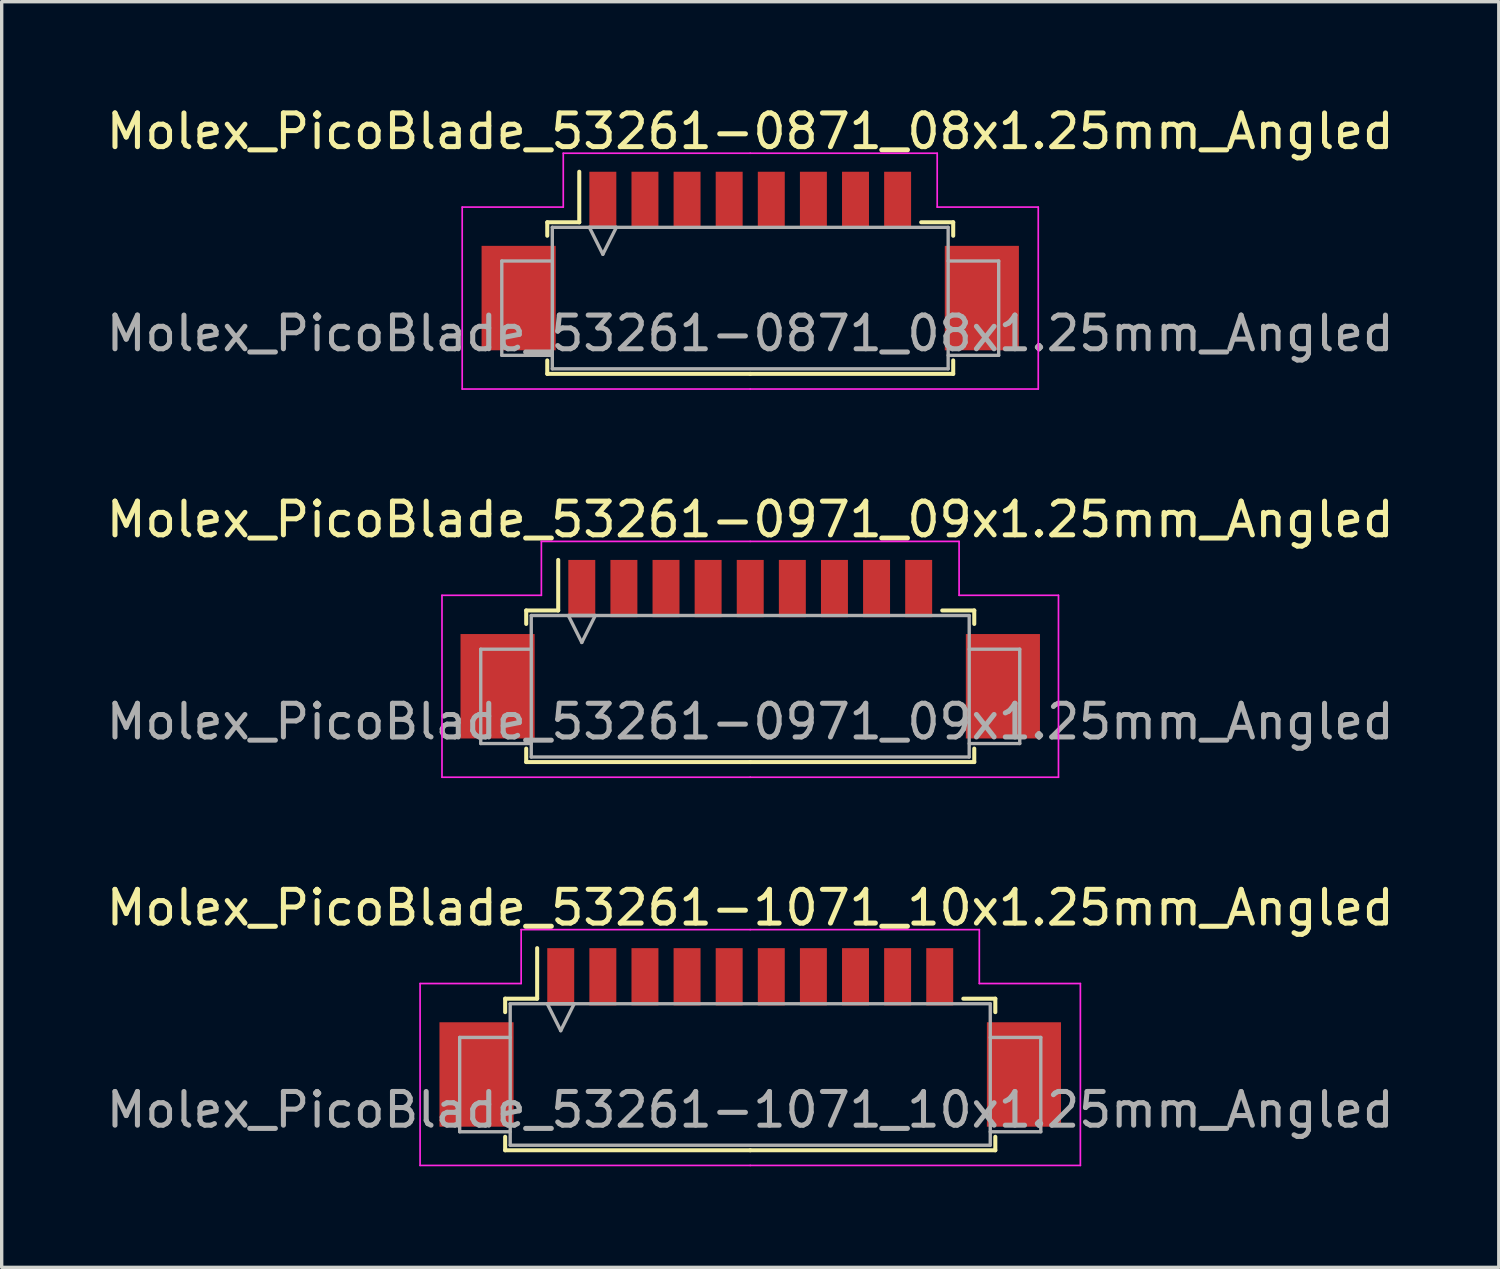
<source format=kicad_pcb>
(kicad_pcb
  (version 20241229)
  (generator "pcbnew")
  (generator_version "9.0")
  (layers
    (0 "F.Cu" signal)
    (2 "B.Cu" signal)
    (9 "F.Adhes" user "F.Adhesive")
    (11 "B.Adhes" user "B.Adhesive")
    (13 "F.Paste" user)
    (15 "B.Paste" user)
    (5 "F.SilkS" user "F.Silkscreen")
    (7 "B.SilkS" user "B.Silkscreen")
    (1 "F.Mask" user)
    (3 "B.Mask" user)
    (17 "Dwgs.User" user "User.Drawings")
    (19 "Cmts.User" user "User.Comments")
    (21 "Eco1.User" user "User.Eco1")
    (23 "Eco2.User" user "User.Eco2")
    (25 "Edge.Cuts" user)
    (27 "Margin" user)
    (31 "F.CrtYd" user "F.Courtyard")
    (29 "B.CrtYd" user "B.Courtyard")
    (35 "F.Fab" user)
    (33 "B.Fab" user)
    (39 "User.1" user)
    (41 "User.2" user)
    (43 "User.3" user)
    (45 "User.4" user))
  (footprint "Molex_PicoBlade_53261-1071_10x1.25mm_Angled"
    (layer "F.Cu")
    (at 19.22 27.395)
    (property "Reference" "Molex_PicoBlade_53261-1071_10x1.25mm_Angled" (at 0 -3.5 0) (layer "F.SilkS") (effects (font (size 1 1) (thickness 0.15))))
    (attr smd)
    (fp_line (start -7.275 -0.8) (end -7.275 -0.4) (stroke (width 0.12) (type solid)) (layer "F.SilkS"))
    (fp_line (start -7.275 3.3) (end -7.275 3.7) (stroke (width 0.12) (type solid)) (layer "F.SilkS"))
    (fp_line (start -7.275 3.7) (end 0 3.7) (stroke (width 0.12) (type solid)) (layer "F.SilkS"))
    (fp_line (start -6.325 -0.8) (end -7.275 -0.8) (stroke (width 0.12) (type solid)) (layer "F.SilkS"))
    (fp_line (start -6.325 -0.8) (end -6.325 -2.3) (stroke (width 0.12) (type solid)) (layer "F.SilkS"))
    (fp_line (start 6.325 -0.8) (end 7.275 -0.8) (stroke (width 0.12) (type solid)) (layer "F.SilkS"))
    (fp_line (start 7.275 -0.8) (end 7.275 -0.4) (stroke (width 0.12) (type solid)) (layer "F.SilkS"))
    (fp_line (start 7.275 3.3) (end 7.275 3.7) (stroke (width 0.12) (type solid)) (layer "F.SilkS"))
    (fp_line (start 7.275 3.7) (end 0 3.7) (stroke (width 0.12) (type solid)) (layer "F.SilkS"))
    (fp_line (start -9.8 -1.25) (end -9.8 4.15) (stroke (width 0.05) (type solid)) (layer "F.CrtYd"))
    (fp_line (start -9.8 4.15) (end 0 4.15) (stroke (width 0.05) (type solid)) (layer "F.CrtYd"))
    (fp_line (start -6.8 -2.85) (end -6.8 -1.25) (stroke (width 0.05) (type solid)) (layer "F.CrtYd"))
    (fp_line (start -6.8 -1.25) (end -9.8 -1.25) (stroke (width 0.05) (type solid)) (layer "F.CrtYd"))
    (fp_line (start 0 -2.85) (end -6.8 -2.85) (stroke (width 0.05) (type solid)) (layer "F.CrtYd"))
    (fp_line (start 0 -2.85) (end 6.8 -2.85) (stroke (width 0.05) (type solid)) (layer "F.CrtYd"))
    (fp_line (start 6.8 -2.85) (end 6.8 -1.25) (stroke (width 0.05) (type solid)) (layer "F.CrtYd"))
    (fp_line (start 6.8 -1.25) (end 9.8 -1.25) (stroke (width 0.05) (type solid)) (layer "F.CrtYd"))
    (fp_line (start 9.8 -1.25) (end 9.8 4.15) (stroke (width 0.05) (type solid)) (layer "F.CrtYd"))
    (fp_line (start 9.8 4.15) (end 0 4.15) (stroke (width 0.05) (type solid)) (layer "F.CrtYd"))
    (fp_line (start -8.625 0.35) (end -8.625 3.15) (stroke (width 0.1) (type solid)) (layer "F.Fab"))
    (fp_line (start -8.625 3.15) (end -7.125 3.15) (stroke (width 0.1) (type solid)) (layer "F.Fab"))
    (fp_line (start -7.125 -0.65) (end 7.125 -0.65) (stroke (width 0.1) (type solid)) (layer "F.Fab"))
    (fp_line (start -7.125 0.35) (end -8.625 0.35) (stroke (width 0.1) (type solid)) (layer "F.Fab"))
    (fp_line (start -7.125 3.55) (end -7.125 -0.65) (stroke (width 0.1) (type solid)) (layer "F.Fab"))
    (fp_line (start -6.025 -0.65) (end -5.625 0.15) (stroke (width 0.1) (type solid)) (layer "F.Fab"))
    (fp_line (start -5.625 0.15) (end -5.225 -0.65) (stroke (width 0.1) (type solid)) (layer "F.Fab"))
    (fp_line (start -5.225 -0.65) (end -6.025 -0.65) (stroke (width 0.1) (type solid)) (layer "F.Fab"))
    (fp_line (start 7.125 -0.65) (end 7.125 3.55) (stroke (width 0.1) (type solid)) (layer "F.Fab"))
    (fp_line (start 7.125 0.35) (end 8.625 0.35) (stroke (width 0.1) (type solid)) (layer "F.Fab"))
    (fp_line (start 7.125 3.55) (end -7.125 3.55) (stroke (width 0.1) (type solid)) (layer "F.Fab"))
    (fp_line (start 8.625 0.35) (end 8.625 3.15) (stroke (width 0.1) (type solid)) (layer "F.Fab"))
    (fp_line (start 8.625 3.15) (end 7.125 3.15) (stroke (width 0.1) (type solid)) (layer "F.Fab"))
    (fp_text user "${REFERENCE}" (at 0 2.5 0) (layer "F.Fab") (effects (font (size 1 1) (thickness 0.15))))
    (pad "" smd rect (at -8.125 1.45) (size 2.2 3.1) (layers "F.Cu" "F.Mask" "F.Paste"))
    (pad "" smd rect (at 8.125 1.45) (size 2.2 3.1) (layers "F.Cu" "F.Mask" "F.Paste"))
    (pad "1" smd rect (at -5.625 -1.45) (size 0.8 1.7) (layers "F.Cu" "F.Mask" "F.Paste"))
    (pad "2" smd rect (at -4.375 -1.45) (size 0.8 1.7) (layers "F.Cu" "F.Mask" "F.Paste"))
    (pad "3" smd rect (at -3.125 -1.45) (size 0.8 1.7) (layers "F.Cu" "F.Mask" "F.Paste"))
    (pad "4" smd rect (at -1.875 -1.45) (size 0.8 1.7) (layers "F.Cu" "F.Mask" "F.Paste"))
    (pad "5" smd rect (at -0.625 -1.45) (size 0.8 1.7) (layers "F.Cu" "F.Mask" "F.Paste"))
    (pad "6" smd rect (at 0.625 -1.45) (size 0.8 1.7) (layers "F.Cu" "F.Mask" "F.Paste"))
    (pad "7" smd rect (at 1.875 -1.45) (size 0.8 1.7) (layers "F.Cu" "F.Mask" "F.Paste"))
    (pad "8" smd rect (at 3.125 -1.45) (size 0.8 1.7) (layers "F.Cu" "F.Mask" "F.Paste"))
    (pad "9" smd rect (at 4.375 -1.45) (size 0.8 1.7) (layers "F.Cu" "F.Mask" "F.Paste"))
    (pad "10" smd rect (at 5.625 -1.45) (size 0.8 1.7) (layers "F.Cu" "F.Mask" "F.Paste")))
  (footprint "Molex_PicoBlade_53261-0871_08x1.25mm_Angled"
    (layer "F.Cu")
    (at 19.22 4.348)
    (property "Reference" "Molex_PicoBlade_53261-0871_08x1.25mm_Angled" (at 0 -3.5 0) (layer "F.SilkS") (effects (font (size 1 1) (thickness 0.15))))
    (attr smd)
    (fp_line (start -6.025 -0.8) (end -6.025 -0.4) (stroke (width 0.12) (type solid)) (layer "F.SilkS"))
    (fp_line (start -6.025 3.3) (end -6.025 3.7) (stroke (width 0.12) (type solid)) (layer "F.SilkS"))
    (fp_line (start -6.025 3.7) (end 0 3.7) (stroke (width 0.12) (type solid)) (layer "F.SilkS"))
    (fp_line (start -5.075 -0.8) (end -6.025 -0.8) (stroke (width 0.12) (type solid)) (layer "F.SilkS"))
    (fp_line (start -5.075 -0.8) (end -5.075 -2.3) (stroke (width 0.12) (type solid)) (layer "F.SilkS"))
    (fp_line (start 5.075 -0.8) (end 6.025 -0.8) (stroke (width 0.12) (type solid)) (layer "F.SilkS"))
    (fp_line (start 6.025 -0.8) (end 6.025 -0.4) (stroke (width 0.12) (type solid)) (layer "F.SilkS"))
    (fp_line (start 6.025 3.3) (end 6.025 3.7) (stroke (width 0.12) (type solid)) (layer "F.SilkS"))
    (fp_line (start 6.025 3.7) (end 0 3.7) (stroke (width 0.12) (type solid)) (layer "F.SilkS"))
    (fp_line (start -8.55 -1.25) (end -8.55 4.15) (stroke (width 0.05) (type solid)) (layer "F.CrtYd"))
    (fp_line (start -8.55 4.15) (end 0 4.15) (stroke (width 0.05) (type solid)) (layer "F.CrtYd"))
    (fp_line (start -5.55 -2.85) (end -5.55 -1.25) (stroke (width 0.05) (type solid)) (layer "F.CrtYd"))
    (fp_line (start -5.55 -1.25) (end -8.55 -1.25) (stroke (width 0.05) (type solid)) (layer "F.CrtYd"))
    (fp_line (start 0 -2.85) (end -5.55 -2.85) (stroke (width 0.05) (type solid)) (layer "F.CrtYd"))
    (fp_line (start 0 -2.85) (end 5.55 -2.85) (stroke (width 0.05) (type solid)) (layer "F.CrtYd"))
    (fp_line (start 5.55 -2.85) (end 5.55 -1.25) (stroke (width 0.05) (type solid)) (layer "F.CrtYd"))
    (fp_line (start 5.55 -1.25) (end 8.55 -1.25) (stroke (width 0.05) (type solid)) (layer "F.CrtYd"))
    (fp_line (start 8.55 -1.25) (end 8.55 4.15) (stroke (width 0.05) (type solid)) (layer "F.CrtYd"))
    (fp_line (start 8.55 4.15) (end 0 4.15) (stroke (width 0.05) (type solid)) (layer "F.CrtYd"))
    (fp_line (start -7.375 0.35) (end -7.375 3.15) (stroke (width 0.1) (type solid)) (layer "F.Fab"))
    (fp_line (start -7.375 3.15) (end -5.875 3.15) (stroke (width 0.1) (type solid)) (layer "F.Fab"))
    (fp_line (start -5.875 -0.65) (end 5.875 -0.65) (stroke (width 0.1) (type solid)) (layer "F.Fab"))
    (fp_line (start -5.875 0.35) (end -7.375 0.35) (stroke (width 0.1) (type solid)) (layer "F.Fab"))
    (fp_line (start -5.875 3.55) (end -5.875 -0.65) (stroke (width 0.1) (type solid)) (layer "F.Fab"))
    (fp_line (start -4.775 -0.65) (end -4.375 0.15) (stroke (width 0.1) (type solid)) (layer "F.Fab"))
    (fp_line (start -4.375 0.15) (end -3.975 -0.65) (stroke (width 0.1) (type solid)) (layer "F.Fab"))
    (fp_line (start -3.975 -0.65) (end -4.775 -0.65) (stroke (width 0.1) (type solid)) (layer "F.Fab"))
    (fp_line (start 5.875 -0.65) (end 5.875 3.55) (stroke (width 0.1) (type solid)) (layer "F.Fab"))
    (fp_line (start 5.875 0.35) (end 7.375 0.35) (stroke (width 0.1) (type solid)) (layer "F.Fab"))
    (fp_line (start 5.875 3.55) (end -5.875 3.55) (stroke (width 0.1) (type solid)) (layer "F.Fab"))
    (fp_line (start 7.375 0.35) (end 7.375 3.15) (stroke (width 0.1) (type solid)) (layer "F.Fab"))
    (fp_line (start 7.375 3.15) (end 5.875 3.15) (stroke (width 0.1) (type solid)) (layer "F.Fab"))
    (fp_text user "${REFERENCE}" (at 0 2.5 0) (layer "F.Fab") (effects (font (size 1 1) (thickness 0.15))))
    (pad "" smd rect (at -6.875 1.45) (size 2.2 3.1) (layers "F.Cu" "F.Mask" "F.Paste"))
    (pad "" smd rect (at 6.875 1.45) (size 2.2 3.1) (layers "F.Cu" "F.Mask" "F.Paste"))
    (pad "1" smd rect (at -4.375 -1.45) (size 0.8 1.7) (layers "F.Cu" "F.Mask" "F.Paste"))
    (pad "2" smd rect (at -3.125 -1.45) (size 0.8 1.7) (layers "F.Cu" "F.Mask" "F.Paste"))
    (pad "3" smd rect (at -1.875 -1.45) (size 0.8 1.7) (layers "F.Cu" "F.Mask" "F.Paste"))
    (pad "4" smd rect (at -0.625 -1.45) (size 0.8 1.7) (layers "F.Cu" "F.Mask" "F.Paste"))
    (pad "5" smd rect (at 0.625 -1.45) (size 0.8 1.7) (layers "F.Cu" "F.Mask" "F.Paste"))
    (pad "6" smd rect (at 1.875 -1.45) (size 0.8 1.7) (layers "F.Cu" "F.Mask" "F.Paste"))
    (pad "7" smd rect (at 3.125 -1.45) (size 0.8 1.7) (layers "F.Cu" "F.Mask" "F.Paste"))
    (pad "8" smd rect (at 4.375 -1.45) (size 0.8 1.7) (layers "F.Cu" "F.Mask" "F.Paste")))
  (footprint "Molex_PicoBlade_53261-0971_09x1.25mm_Angled"
    (layer "F.Cu")
    (at 19.22 15.871)
    (property "Reference" "Molex_PicoBlade_53261-0971_09x1.25mm_Angled" (at 0 -3.5 0) (layer "F.SilkS") (effects (font (size 1 1) (thickness 0.15))))
    (attr smd)
    (fp_line (start -6.65 -0.8) (end -6.65 -0.4) (stroke (width 0.12) (type solid)) (layer "F.SilkS"))
    (fp_line (start -6.65 3.3) (end -6.65 3.7) (stroke (width 0.12) (type solid)) (layer "F.SilkS"))
    (fp_line (start -6.65 3.7) (end 0 3.7) (stroke (width 0.12) (type solid)) (layer "F.SilkS"))
    (fp_line (start -5.7 -0.8) (end -6.65 -0.8) (stroke (width 0.12) (type solid)) (layer "F.SilkS"))
    (fp_line (start -5.7 -0.8) (end -5.7 -2.3) (stroke (width 0.12) (type solid)) (layer "F.SilkS"))
    (fp_line (start 5.7 -0.8) (end 6.65 -0.8) (stroke (width 0.12) (type solid)) (layer "F.SilkS"))
    (fp_line (start 6.65 -0.8) (end 6.65 -0.4) (stroke (width 0.12) (type solid)) (layer "F.SilkS"))
    (fp_line (start 6.65 3.3) (end 6.65 3.7) (stroke (width 0.12) (type solid)) (layer "F.SilkS"))
    (fp_line (start 6.65 3.7) (end 0 3.7) (stroke (width 0.12) (type solid)) (layer "F.SilkS"))
    (fp_line (start -9.15 -1.25) (end -9.15 4.15) (stroke (width 0.05) (type solid)) (layer "F.CrtYd"))
    (fp_line (start -9.15 4.15) (end 0 4.15) (stroke (width 0.05) (type solid)) (layer "F.CrtYd"))
    (fp_line (start -6.2 -2.85) (end -6.2 -1.25) (stroke (width 0.05) (type solid)) (layer "F.CrtYd"))
    (fp_line (start -6.2 -1.25) (end -9.15 -1.25) (stroke (width 0.05) (type solid)) (layer "F.CrtYd"))
    (fp_line (start 0 -2.85) (end -6.2 -2.85) (stroke (width 0.05) (type solid)) (layer "F.CrtYd"))
    (fp_line (start 0 -2.85) (end 6.2 -2.85) (stroke (width 0.05) (type solid)) (layer "F.CrtYd"))
    (fp_line (start 6.2 -2.85) (end 6.2 -1.25) (stroke (width 0.05) (type solid)) (layer "F.CrtYd"))
    (fp_line (start 6.2 -1.25) (end 9.15 -1.25) (stroke (width 0.05) (type solid)) (layer "F.CrtYd"))
    (fp_line (start 9.15 -1.25) (end 9.15 4.15) (stroke (width 0.05) (type solid)) (layer "F.CrtYd"))
    (fp_line (start 9.15 4.15) (end 0 4.15) (stroke (width 0.05) (type solid)) (layer "F.CrtYd"))
    (fp_line (start -8 0.35) (end -8 3.15) (stroke (width 0.1) (type solid)) (layer "F.Fab"))
    (fp_line (start -8 3.15) (end -6.5 3.15) (stroke (width 0.1) (type solid)) (layer "F.Fab"))
    (fp_line (start -6.5 -0.65) (end 6.5 -0.65) (stroke (width 0.1) (type solid)) (layer "F.Fab"))
    (fp_line (start -6.5 0.35) (end -8 0.35) (stroke (width 0.1) (type solid)) (layer "F.Fab"))
    (fp_line (start -6.5 3.55) (end -6.5 -0.65) (stroke (width 0.1) (type solid)) (layer "F.Fab"))
    (fp_line (start -5.4 -0.65) (end -5 0.15) (stroke (width 0.1) (type solid)) (layer "F.Fab"))
    (fp_line (start -5 0.15) (end -4.6 -0.65) (stroke (width 0.1) (type solid)) (layer "F.Fab"))
    (fp_line (start -4.6 -0.65) (end -5.4 -0.65) (stroke (width 0.1) (type solid)) (layer "F.Fab"))
    (fp_line (start 6.5 -0.65) (end 6.5 3.55) (stroke (width 0.1) (type solid)) (layer "F.Fab"))
    (fp_line (start 6.5 0.35) (end 8 0.35) (stroke (width 0.1) (type solid)) (layer "F.Fab"))
    (fp_line (start 6.5 3.55) (end -6.5 3.55) (stroke (width 0.1) (type solid)) (layer "F.Fab"))
    (fp_line (start 8 0.35) (end 8 3.15) (stroke (width 0.1) (type solid)) (layer "F.Fab"))
    (fp_line (start 8 3.15) (end 6.5 3.15) (stroke (width 0.1) (type solid)) (layer "F.Fab"))
    (fp_text user "${REFERENCE}" (at 0 2.5 0) (layer "F.Fab") (effects (font (size 1 1) (thickness 0.15))))
    (pad "" smd rect (at -7.5 1.45) (size 2.2 3.1) (layers "F.Cu" "F.Mask" "F.Paste"))
    (pad "" smd rect (at 7.5 1.45) (size 2.2 3.1) (layers "F.Cu" "F.Mask" "F.Paste"))
    (pad "1" smd rect (at -5 -1.45) (size 0.8 1.7) (layers "F.Cu" "F.Mask" "F.Paste"))
    (pad "2" smd rect (at -3.75 -1.45) (size 0.8 1.7) (layers "F.Cu" "F.Mask" "F.Paste"))
    (pad "3" smd rect (at -2.5 -1.45) (size 0.8 1.7) (layers "F.Cu" "F.Mask" "F.Paste"))
    (pad "4" smd rect (at -1.25 -1.45) (size 0.8 1.7) (layers "F.Cu" "F.Mask" "F.Paste"))
    (pad "5" smd rect (at 0 -1.45) (size 0.8 1.7) (layers "F.Cu" "F.Mask" "F.Paste"))
    (pad "6" smd rect (at 1.25 -1.45) (size 0.8 1.7) (layers "F.Cu" "F.Mask" "F.Paste"))
    (pad "7" smd rect (at 2.5 -1.45) (size 0.8 1.7) (layers "F.Cu" "F.Mask" "F.Paste"))
    (pad "8" smd rect (at 3.75 -1.45) (size 0.8 1.7) (layers "F.Cu" "F.Mask" "F.Paste"))
    (pad "9" smd rect (at 5 -1.45) (size 0.8 1.7) (layers "F.Cu" "F.Mask" "F.Paste")))
  (gr_rect
    (start -3 -3)
    (end 41.44 34.57)
    (stroke (width 0.1) (type default))
    (fill no)
    (layer "Edge.Cuts")))
</source>
